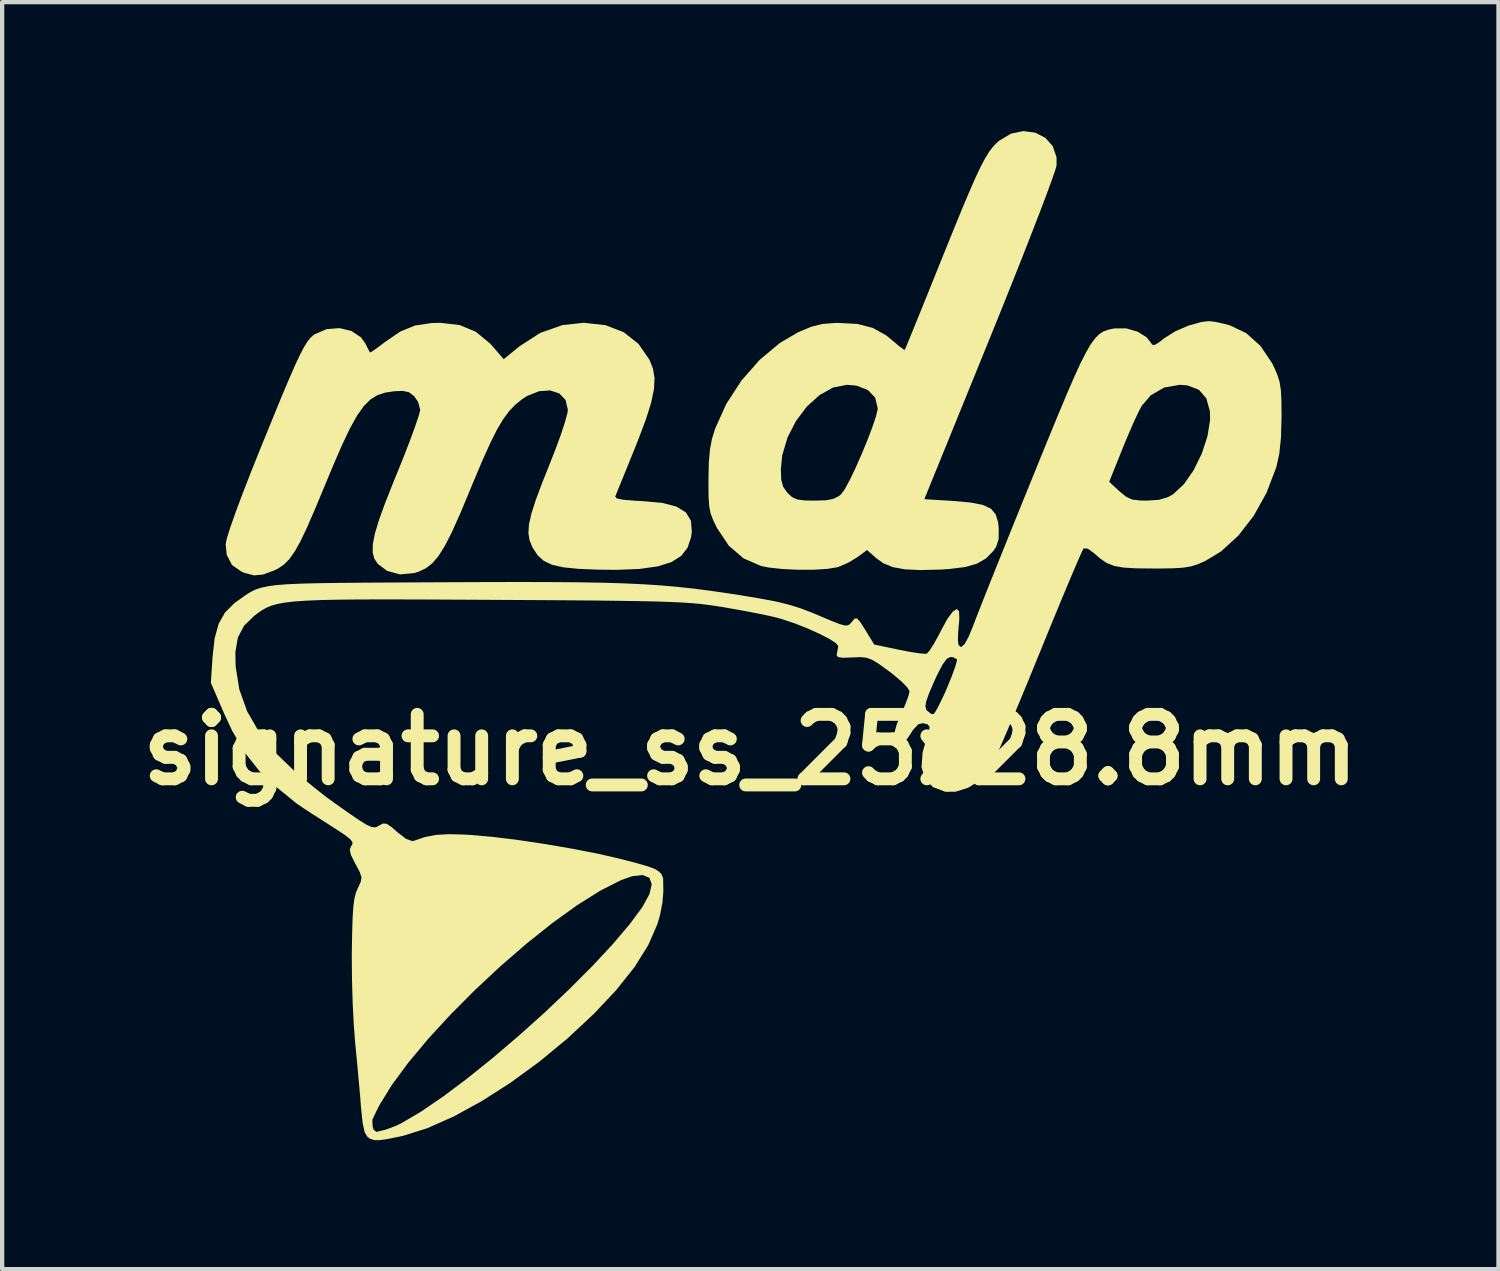
<source format=kicad_pcb>
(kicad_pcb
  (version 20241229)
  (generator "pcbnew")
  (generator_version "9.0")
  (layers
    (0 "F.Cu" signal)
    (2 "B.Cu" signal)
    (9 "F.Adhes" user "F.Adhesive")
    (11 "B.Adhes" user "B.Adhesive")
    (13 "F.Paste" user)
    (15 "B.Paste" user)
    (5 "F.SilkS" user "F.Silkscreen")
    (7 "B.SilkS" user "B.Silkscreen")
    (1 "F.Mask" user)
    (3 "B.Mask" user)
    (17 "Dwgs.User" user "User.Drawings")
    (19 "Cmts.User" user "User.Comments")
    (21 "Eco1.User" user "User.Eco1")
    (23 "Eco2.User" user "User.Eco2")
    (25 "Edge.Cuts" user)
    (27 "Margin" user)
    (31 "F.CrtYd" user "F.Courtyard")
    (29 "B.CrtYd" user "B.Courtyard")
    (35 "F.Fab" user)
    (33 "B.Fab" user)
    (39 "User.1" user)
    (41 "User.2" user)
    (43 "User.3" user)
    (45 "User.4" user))
  (footprint "signature_ss_25x28.8mm"
    (layer "F.Cu")
    (at 14.407 14.392)
    (property "Reference" "signature_ss_25x28.8mm" (at 0 0 0) (layer "F.SilkS") (effects (font (size 1.5 1.5) (thickness 0.3))))
    (attr board_only exclude_from_pos_files exclude_from_bom)
    (fp_poly (pts (xy 6.628 -14.356) (xy 6.864 -14.235) (xy 7.038 -14.04) (xy 7.125 -13.781) (xy 7.125 -13.591) (xy 7.093 -13.478) (xy 7.015 -13.253) (xy 6.895 -12.926) (xy 6.738 -12.511) (xy 6.547 -12.018) (xy 6.329 -11.46) (xy 6.086 -10.849) (xy 5.825 -10.197) (xy 5.57 -9.567) (xy 4.049 -5.828) (xy 4.726 -5.786) (xy 5.125 -5.75) (xy 5.409 -5.695) (xy 5.598 -5.607) (xy 5.71 -5.474) (xy 5.766 -5.286) (xy 5.78 -5.143) (xy 5.777 -4.897) (xy 5.72 -4.721) (xy 5.657 -4.627) (xy 5.485 -4.451) (xy 5.275 -4.328) (xy 4.998 -4.249) (xy 4.628 -4.203) (xy 4.437 -4.191) (xy 3.962 -4.179) (xy 3.597 -4.196) (xy 3.317 -4.246) (xy 3.1 -4.334) (xy 2.938 -4.449) (xy 2.716 -4.645) (xy 2.489 -4.478) (xy 2.277 -4.349) (xy 2.053 -4.253) (xy 2.024 -4.244) (xy 1.79 -4.206) (xy 1.467 -4.186) (xy 1.102 -4.186) (xy 0.738 -4.204) (xy 0.42 -4.239) (xy 0.25 -4.273) (xy -0.157 -4.45) (xy -0.5 -4.745) (xy -0.774 -5.155) (xy -0.775 -5.156) (xy -0.864 -5.339) (xy -0.923 -5.496) (xy -0.956 -5.664) (xy -0.971 -5.881) (xy -0.974 -6.184) (xy -0.973 -6.295) (xy -0.969 -6.524) (xy 0.71 -6.524) (xy 0.72 -6.279) (xy 0.765 -6.115) (xy 0.858 -5.982) (xy 0.871 -5.968) (xy 0.976 -5.873) (xy 1.094 -5.821) (xy 1.268 -5.798) (xy 1.49 -5.794) (xy 1.756 -5.802) (xy 1.931 -5.834) (xy 2.059 -5.899) (xy 2.116 -5.946) (xy 2.198 -6.06) (xy 2.313 -6.272) (xy 2.447 -6.551) (xy 2.587 -6.869) (xy 2.722 -7.194) (xy 2.837 -7.497) (xy 2.922 -7.749) (xy 2.963 -7.919) (xy 2.964 -7.946) (xy 2.905 -8.189) (xy 2.737 -8.367) (xy 2.473 -8.469) (xy 2.249 -8.489) (xy 1.926 -8.426) (xy 1.609 -8.249) (xy 1.315 -7.982) (xy 1.061 -7.645) (xy 0.865 -7.261) (xy 0.743 -6.85) (xy 0.71 -6.524) (xy -0.969 -6.524) (xy -0.965 -6.682) (xy -0.94 -6.978) (xy -0.893 -7.227) (xy -0.819 -7.468) (xy -0.558 -8.046) (xy -0.206 -8.588) (xy 0.217 -9.069) (xy 0.687 -9.462) (xy 1.117 -9.714) (xy 1.416 -9.839) (xy 1.678 -9.905) (xy 1.978 -9.928) (xy 2.046 -9.929) (xy 2.492 -9.905) (xy 2.851 -9.812) (xy 3.16 -9.64) (xy 3.312 -9.516) (xy 3.462 -9.388) (xy 3.566 -9.313) (xy 3.595 -9.305) (xy 3.624 -9.372) (xy 3.697 -9.548) (xy 3.808 -9.821) (xy 3.952 -10.173) (xy 4.121 -10.591) (xy 4.31 -11.061) (xy 4.441 -11.386) (xy 4.698 -12.022) (xy 4.912 -12.545) (xy 5.09 -12.968) (xy 5.237 -13.304) (xy 5.361 -13.565) (xy 5.467 -13.765) (xy 5.561 -13.917) (xy 5.65 -14.032) (xy 5.739 -14.124) (xy 5.788 -14.167) (xy 6.065 -14.332) (xy 6.353 -14.392)) (stroke (width 0) (type solid)) (fill yes) (layer "F.SilkS"))
    (fp_poly (pts (xy -3.372 -9.877) (xy -2.948 -9.714) (xy -2.605 -9.445) (xy -2.347 -9.073) (xy -2.265 -8.867) (xy -2.228 -8.644) (xy -2.242 -8.386) (xy -2.307 -8.073) (xy -2.429 -7.686) (xy -2.609 -7.207) (xy -2.689 -7.007) (xy -2.832 -6.655) (xy -2.958 -6.344) (xy -3.059 -6.097) (xy -3.124 -5.936) (xy -3.144 -5.886) (xy -3.106 -5.845) (xy -2.95 -5.814) (xy -2.669 -5.791) (xy -2.508 -5.783) (xy -2.053 -5.742) (xy -1.719 -5.656) (xy -1.498 -5.519) (xy -1.381 -5.326) (xy -1.361 -5.069) (xy -1.378 -4.946) (xy -1.459 -4.7) (xy -1.609 -4.507) (xy -1.838 -4.363) (xy -2.157 -4.264) (xy -2.578 -4.205) (xy -3.112 -4.184) (xy -3.527 -4.188) (xy -3.995 -4.207) (xy -4.349 -4.242) (xy -4.612 -4.301) (xy -4.804 -4.392) (xy -4.947 -4.521) (xy -5.062 -4.696) (xy -5.074 -4.718) (xy -5.136 -4.871) (xy -5.163 -5.039) (xy -5.15 -5.239) (xy -5.093 -5.492) (xy -4.99 -5.815) (xy -4.835 -6.228) (xy -4.684 -6.605) (xy -4.538 -6.976) (xy -4.412 -7.318) (xy -4.316 -7.608) (xy -4.258 -7.818) (xy -4.245 -7.907) (xy -4.298 -8.135) (xy -4.443 -8.287) (xy -4.655 -8.358) (xy -4.912 -8.341) (xy -5.188 -8.232) (xy -5.307 -8.156) (xy -5.467 -8.027) (xy -5.612 -7.875) (xy -5.753 -7.684) (xy -5.899 -7.437) (xy -6.058 -7.118) (xy -6.241 -6.711) (xy -6.457 -6.198) (xy -6.532 -6.016) (xy -6.754 -5.484) (xy -6.942 -5.065) (xy -7.106 -4.744) (xy -7.255 -4.505) (xy -7.4 -4.335) (xy -7.55 -4.219) (xy -7.716 -4.141) (xy -7.821 -4.108) (xy -8.151 -4.078) (xy -8.451 -4.16) (xy -8.666 -4.322) (xy -8.746 -4.44) (xy -8.786 -4.588) (xy -8.783 -4.779) (xy -8.734 -5.03) (xy -8.636 -5.354) (xy -8.486 -5.766) (xy -8.281 -6.281) (xy -8.227 -6.412) (xy -8.064 -6.816) (xy -7.92 -7.187) (xy -7.804 -7.504) (xy -7.722 -7.745) (xy -7.683 -7.89) (xy -7.681 -7.911) (xy -7.728 -8.087) (xy -7.823 -8.227) (xy -7.943 -8.317) (xy -8.093 -8.348) (xy -8.286 -8.339) (xy -8.493 -8.308) (xy -8.674 -8.249) (xy -8.837 -8.149) (xy -8.991 -7.996) (xy -9.147 -7.777) (xy -9.313 -7.479) (xy -9.498 -7.09) (xy -9.712 -6.597) (xy -9.914 -6.111) (xy -10.133 -5.585) (xy -10.314 -5.169) (xy -10.466 -4.849) (xy -10.6 -4.61) (xy -10.723 -4.436) (xy -10.845 -4.311) (xy -10.975 -4.221) (xy -11.071 -4.173) (xy -11.334 -4.075) (xy -11.548 -4.055) (xy -11.77 -4.113) (xy -11.836 -4.141) (xy -12.061 -4.298) (xy -12.182 -4.534) (xy -12.207 -4.778) (xy -12.18 -4.913) (xy -12.102 -5.162) (xy -11.979 -5.513) (xy -11.813 -5.957) (xy -11.608 -6.483) (xy -11.384 -7.041) (xy -11.128 -7.669) (xy -10.917 -8.184) (xy -10.743 -8.597) (xy -10.601 -8.922) (xy -10.486 -9.17) (xy -10.391 -9.354) (xy -10.311 -9.485) (xy -10.241 -9.575) (xy -10.173 -9.638) (xy -10.137 -9.664) (xy -9.857 -9.784) (xy -9.56 -9.808) (xy -9.283 -9.743) (xy -9.06 -9.594) (xy -8.963 -9.46) (xy -8.891 -9.319) (xy -8.851 -9.243) (xy -8.85 -9.241) (xy -8.795 -9.268) (xy -8.665 -9.359) (xy -8.495 -9.488) (xy -8.144 -9.728) (xy -7.803 -9.868) (xy -7.417 -9.926) (xy -7.209 -9.931) (xy -6.762 -9.879) (xy -6.386 -9.723) (xy -6.054 -9.449) (xy -5.976 -9.362) (xy -5.738 -9.085) (xy -5.369 -9.386) (xy -4.889 -9.696) (xy -4.37 -9.879) (xy -3.874 -9.932)) (stroke (width 0) (type solid)) (fill yes) (layer "F.SilkS"))
    (fp_poly (pts (xy 10.825 -9.952) (xy 11.04 -9.904) (xy 11.161 -9.871) (xy 11.54 -9.69) (xy 11.871 -9.392) (xy 12.14 -8.992) (xy 12.186 -8.898) (xy 12.264 -8.718) (xy 12.315 -8.553) (xy 12.344 -8.365) (xy 12.357 -8.118) (xy 12.36 -7.776) (xy 12.36 -7.748) (xy 12.347 -7.267) (xy 12.308 -6.887) (xy 12.24 -6.578) (xy 12.237 -6.569) (xy 12.01 -5.976) (xy 11.711 -5.439) (xy 11.353 -4.978) (xy 10.952 -4.612) (xy 10.581 -4.388) (xy 10.41 -4.314) (xy 10.252 -4.264) (xy 10.074 -4.235) (xy 9.841 -4.22) (xy 9.52 -4.215) (xy 9.365 -4.215) (xy 8.968 -4.219) (xy 8.677 -4.237) (xy 8.461 -4.276) (xy 8.291 -4.344) (xy 8.137 -4.449) (xy 8 -4.569) (xy 7.853 -4.676) (xy 7.758 -4.683) (xy 7.753 -4.679) (xy 7.714 -4.604) (xy 7.632 -4.418) (xy 7.51 -4.135) (xy 7.356 -3.769) (xy 7.175 -3.333) (xy 6.972 -2.842) (xy 6.755 -2.309) (xy 6.706 -2.19) (xy 6.482 -1.641) (xy 6.267 -1.122) (xy 6.068 -0.65) (xy 5.892 -0.24) (xy 5.746 0.094) (xy 5.635 0.336) (xy 5.567 0.47) (xy 5.56 0.48) (xy 5.346 0.712) (xy 5.069 0.886) (xy 4.772 0.979) (xy 4.538 0.98) (xy 4.251 0.872) (xy 4.065 0.679) (xy 3.984 0.407) (xy 4.009 0.061) (xy 4.089 -0.217) (xy 4.157 -0.423) (xy 4.17 -0.536) (xy 4.122 -0.59) (xy 4.015 -0.617) (xy 3.907 -0.59) (xy 3.787 -0.461) (xy 3.707 -0.337) (xy 3.559 -0.127) (xy 3.442 -0.035) (xy 3.362 -0.048) (xy 3.325 -0.153) (xy 3.338 -0.336) (xy 3.405 -0.583) (xy 3.5 -0.812) (xy 3.585 -1.004) (xy 4.074 -1.004) (xy 4.096 -0.928) (xy 4.11 -0.909) (xy 4.209 -0.832) (xy 4.261 -0.825) (xy 4.313 -0.893) (xy 4.401 -1.057) (xy 4.512 -1.289) (xy 4.582 -1.45) (xy 4.689 -1.712) (xy 4.767 -1.928) (xy 4.807 -2.069) (xy 4.807 -2.104) (xy 4.721 -2.149) (xy 4.654 -2.156) (xy 4.571 -2.114) (xy 4.471 -1.977) (xy 4.344 -1.732) (xy 4.277 -1.585) (xy 4.157 -1.306) (xy 4.092 -1.122) (xy 4.074 -1.004) (xy 3.585 -1.004) (xy 3.603 -1.044) (xy 3.676 -1.239) (xy 3.705 -1.356) (xy 3.706 -1.358) (xy 3.654 -1.446) (xy 3.518 -1.586) (xy 3.321 -1.753) (xy 3.234 -1.819) (xy 3.002 -1.988) (xy 2.837 -2.09) (xy 2.701 -2.14) (xy 2.553 -2.153) (xy 2.375 -2.146) (xy 2.154 -2.138) (xy 2.041 -2.154) (xy 2.009 -2.199) (xy 2.012 -2.223) (xy 2.041 -2.372) (xy 2.046 -2.41) (xy 1.992 -2.479) (xy 1.837 -2.578) (xy 1.609 -2.696) (xy 1.333 -2.82) (xy 1.039 -2.936) (xy 0.751 -3.033) (xy 0.64 -3.065) (xy 0.413 -3.119) (xy 0.096 -3.184) (xy -0.27 -3.253) (xy -0.64 -3.317) (xy -0.821 -3.346) (xy -0.996 -3.37) (xy -1.178 -3.392) (xy -1.378 -3.41) (xy -1.607 -3.425) (xy -1.878 -3.437) (xy -2.201 -3.448) (xy -2.587 -3.456) (xy -3.049 -3.463) (xy -3.598 -3.47) (xy -4.246 -3.475) (xy -5.003 -3.48) (xy -5.881 -3.485) (xy -6.04 -3.486) (xy -6.978 -3.491) (xy -7.791 -3.495) (xy -8.489 -3.496) (xy -9.082 -3.495) (xy -9.581 -3.49) (xy -9.995 -3.481) (xy -10.334 -3.467) (xy -10.609 -3.448) (xy -10.829 -3.422) (xy -11.004 -3.39) (xy -11.144 -3.35) (xy -11.26 -3.302) (xy -11.361 -3.244) (xy -11.458 -3.178) (xy -11.543 -3.113) (xy -11.779 -2.883) (xy -11.922 -2.611) (xy -11.981 -2.271) (xy -11.975 -1.94) (xy -11.89 -1.405) (xy -11.708 -0.895) (xy -11.424 -0.4) (xy -11.029 0.09) (xy -10.518 0.583) (xy -9.883 1.09) (xy -9.674 1.241) (xy -9.343 1.475) (xy -9.103 1.639) (xy -8.935 1.743) (xy -8.82 1.797) (xy -8.74 1.809) (xy -8.677 1.79) (xy -8.641 1.768) (xy -8.546 1.718) (xy -8.46 1.725) (xy -8.346 1.801) (xy -8.214 1.917) (xy -8.006 2.078) (xy -7.862 2.127) (xy -7.826 2.12) (xy -7.577 2.034) (xy -7.318 1.984) (xy -7.012 1.966) (xy -6.622 1.977) (xy -6.506 1.984) (xy -5.998 2.029) (xy -5.403 2.102) (xy -4.762 2.198) (xy -4.118 2.309) (xy -3.514 2.428) (xy -3.071 2.53) (xy -2.672 2.632) (xy -2.391 2.713) (xy -2.214 2.779) (xy -2.127 2.835) (xy -2.08 2.88) (xy -2.06 2.91) (xy -2.04 2.97) (xy -2.03 2.98) (xy -2.027 3.081) (xy -2.023 3.299) (xy -2.045 3.56) (xy -2.101 3.849) (xy -2.161 4.057) (xy -2.374 4.546) (xy -2.692 5.056) (xy -3.123 5.597) (xy -3.631 6.137) (xy -4.25 6.716) (xy -4.905 7.257) (xy -5.578 7.748) (xy -6.25 8.178) (xy -6.902 8.535) (xy -7.516 8.807) (xy -8.073 8.983) (xy -8.141 8.998) (xy -8.437 9.058) (xy -8.633 9.086) (xy -8.76 9.083) (xy -8.85 9.05) (xy -8.906 9.011) (xy -8.971 8.905) (xy -8.983 8.852) (xy -8.763 8.842) (xy -8.708 8.887) (xy -8.691 8.891) (xy -8.486 8.842) (xy -8.254 8.756) (xy -8.113 8.688) (xy -7.664 8.424) (xy -7.149 8.072) (xy -6.586 7.65) (xy -5.992 7.172) (xy -5.387 6.656) (xy -4.787 6.118) (xy -4.211 5.572) (xy -3.677 5.037) (xy -3.202 4.527) (xy -2.805 4.059) (xy -2.511 3.662) (xy -2.347 3.362) (xy -2.294 3.133) (xy -2.346 2.983) (xy -2.499 2.917) (xy -2.747 2.944) (xy -3.002 3.033) (xy -3.483 3.276) (xy -4.021 3.613) (xy -4.598 4.028) (xy -5.198 4.506) (xy -5.804 5.03) (xy -6.399 5.585) (xy -6.967 6.155) (xy -7.491 6.724) (xy -7.953 7.277) (xy -8.338 7.798) (xy -8.629 8.27) (xy -8.694 8.398) (xy -8.794 8.611) (xy -8.786 8.775) (xy -8.76 8.86) (xy -8.893 8.852) (xy -8.983 8.852) (xy -9.019 8.692) (xy -9.054 8.36) (xy -9.055 8.354) (xy -9.078 8.062) (xy -9.112 7.684) (xy -9.15 7.267) (xy -9.19 6.859) (xy -9.192 6.838) (xy -9.225 6.416) (xy -9.251 5.909) (xy -9.267 5.37) (xy -9.272 4.849) (xy -9.271 4.682) (xy -9.263 4.229) (xy -9.252 3.889) (xy -9.235 3.639) (xy -9.21 3.458) (xy -9.175 3.324) (xy -9.132 3.224) (xy -9.064 3.077) (xy -9.047 2.97) (xy -9.085 2.849) (xy -9.184 2.664) (xy -9.188 2.658) (xy -9.29 2.455) (xy -9.32 2.327) (xy -9.288 2.246) (xy -9.256 2.195) (xy -9.259 2.144) (xy -9.314 2.078) (xy -9.436 1.983) (xy -9.641 1.847) (xy -9.943 1.654) (xy -9.971 1.636) (xy -10.211 1.483) (xy -10.416 1.348) (xy -10.551 1.255) (xy -10.578 1.235) (xy -10.682 1.15) (xy -10.851 1.012) (xy -11.008 0.885) (xy -11.413 0.508) (xy -11.754 0.077) (xy -12.054 -0.437) (xy -12.235 -0.824) (xy -12.551 -1.555) (xy -12.512 -2.152) (xy -12.463 -2.592) (xy -12.37 -2.929) (xy -12.222 -3.191) (xy -12.005 -3.407) (xy -11.915 -3.473) (xy -11.8 -3.555) (xy -11.699 -3.625) (xy -11.601 -3.683) (xy -11.494 -3.732) (xy -11.369 -3.772) (xy -11.213 -3.804) (xy -11.016 -3.83) (xy -10.766 -3.849) (xy -10.453 -3.863) (xy -10.065 -3.873) (xy -9.592 -3.88) (xy -9.021 -3.885) (xy -8.343 -3.889) (xy -7.546 -3.893) (xy -7.175 -3.895) (xy -6.212 -3.899) (xy -5.37 -3.901) (xy -4.635 -3.899) (xy -3.992 -3.894) (xy -3.429 -3.884) (xy -2.93 -3.869) (xy -2.483 -3.848) (xy -2.072 -3.821) (xy -1.685 -3.787) (xy -1.307 -3.746) (xy -0.924 -3.696) (xy -0.523 -3.638) (xy -0.236 -3.594) (xy 0.228 -3.517) (xy 0.593 -3.448) (xy 0.892 -3.375) (xy 1.16 -3.292) (xy 1.432 -3.189) (xy 1.583 -3.125) (xy 1.879 -3) (xy 2.077 -2.922) (xy 2.201 -2.888) (xy 2.276 -2.893) (xy 2.328 -2.932) (xy 2.364 -2.976) (xy 2.428 -3.048) (xy 2.482 -3.054) (xy 2.552 -2.978) (xy 2.663 -2.804) (xy 2.678 -2.78) (xy 2.884 -2.445) (xy 3.454 -2.326) (xy 3.722 -2.274) (xy 3.942 -2.241) (xy 4.081 -2.23) (xy 4.104 -2.233) (xy 4.168 -2.302) (xy 4.271 -2.462) (xy 4.393 -2.684) (xy 4.433 -2.763) (xy 4.584 -3.04) (xy 4.71 -3.211) (xy 4.804 -3.272) (xy 4.857 -3.22) (xy 4.863 -3.049) (xy 4.862 -3.032) (xy 4.836 -2.73) (xy 4.83 -2.539) (xy 4.846 -2.435) (xy 4.887 -2.395) (xy 4.912 -2.392) (xy 4.983 -2.453) (xy 5.078 -2.623) (xy 5.184 -2.879) (xy 5.19 -2.897) (xy 5.253 -3.062) (xy 5.361 -3.338) (xy 5.507 -3.708) (xy 5.687 -4.158) (xy 5.894 -4.673) (xy 6.122 -5.239) (xy 6.365 -5.84) (xy 6.525 -6.232) (xy 8.35 -6.232) (xy 8.587 -6.013) (xy 8.741 -5.886) (xy 8.884 -5.82) (xy 9.072 -5.797) (xy 9.219 -5.794) (xy 9.507 -5.813) (xy 9.722 -5.878) (xy 9.843 -5.948) (xy 10.09 -6.178) (xy 10.316 -6.504) (xy 10.503 -6.887) (xy 10.636 -7.289) (xy 10.698 -7.672) (xy 10.693 -7.874) (xy 10.61 -8.174) (xy 10.437 -8.374) (xy 10.173 -8.475) (xy 9.992 -8.489) (xy 9.63 -8.426) (xy 9.319 -8.247) (xy 9.105 -7.997) (xy 9.028 -7.85) (xy 8.917 -7.611) (xy 8.788 -7.314) (xy 8.661 -7.007) (xy 8.35 -6.232) (xy 6.525 -6.232) (xy 6.593 -6.401) (xy 6.889 -7.128) (xy 7.141 -7.74) (xy 7.353 -8.248) (xy 7.532 -8.662) (xy 7.683 -8.991) (xy 7.812 -9.246) (xy 7.924 -9.437) (xy 8.026 -9.575) (xy 8.122 -9.67) (xy 8.218 -9.731) (xy 8.321 -9.769) (xy 8.435 -9.794) (xy 8.478 -9.801) (xy 8.748 -9.801) (xy 9.012 -9.725) (xy 9.221 -9.593) (xy 9.303 -9.49) (xy 9.351 -9.421) (xy 9.413 -9.417) (xy 9.522 -9.486) (xy 9.628 -9.57) (xy 9.883 -9.731) (xy 10.193 -9.866) (xy 10.5 -9.952) (xy 10.677 -9.971)) (stroke (width 0) (type solid)) (fill yes) (layer "F.SilkS")))
  (gr_rect
    (start -3 -3)
    (end 31.814 26.478)
    (stroke (width 0.1) (type default))
    (fill no)
    (layer "Edge.Cuts")))
</source>
